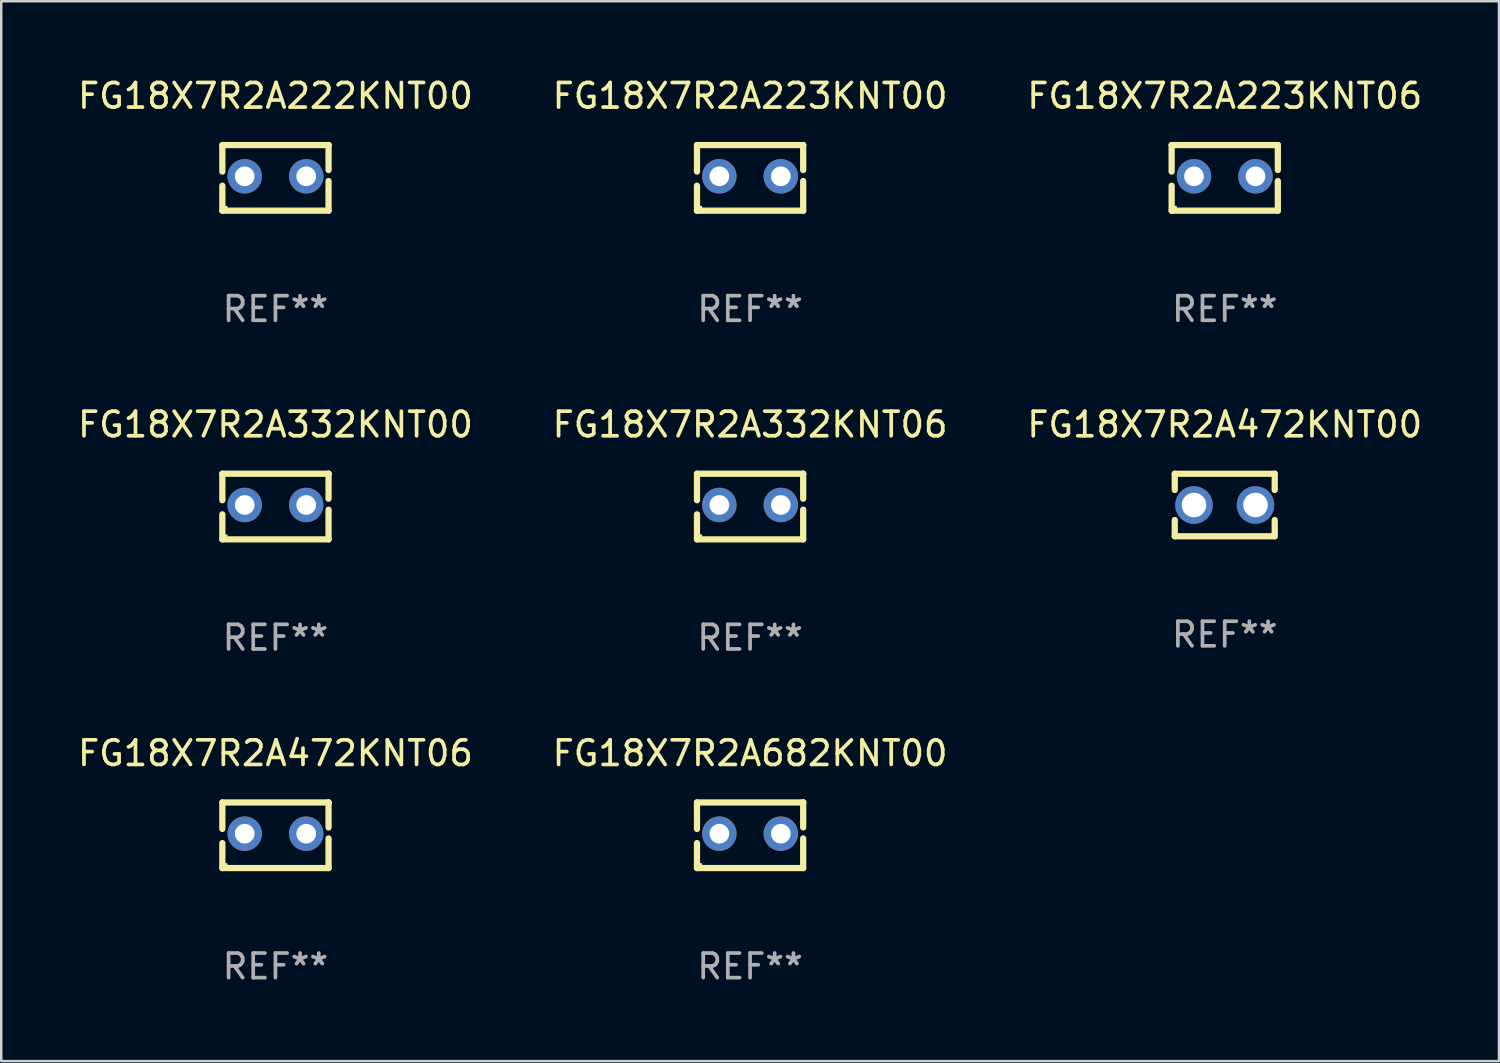
<source format=kicad_pcb>
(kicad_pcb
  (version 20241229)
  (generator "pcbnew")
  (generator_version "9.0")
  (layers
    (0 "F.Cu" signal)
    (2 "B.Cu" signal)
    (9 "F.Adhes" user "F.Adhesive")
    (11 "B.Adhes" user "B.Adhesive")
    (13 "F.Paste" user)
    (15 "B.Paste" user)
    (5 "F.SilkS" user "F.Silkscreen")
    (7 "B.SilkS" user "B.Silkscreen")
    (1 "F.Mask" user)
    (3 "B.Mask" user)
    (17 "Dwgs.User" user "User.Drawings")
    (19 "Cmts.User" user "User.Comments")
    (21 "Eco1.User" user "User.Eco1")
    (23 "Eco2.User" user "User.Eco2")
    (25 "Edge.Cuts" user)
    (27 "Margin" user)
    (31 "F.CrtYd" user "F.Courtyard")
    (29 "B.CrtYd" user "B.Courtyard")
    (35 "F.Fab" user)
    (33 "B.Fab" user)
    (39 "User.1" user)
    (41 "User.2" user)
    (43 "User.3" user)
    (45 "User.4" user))
  (footprint "FG18X7R2A223KNT00"
    (layer "F.Cu")
    (at 27.446 4.182)
    (property "Reference" "FG18X7R2A223KNT00" (at 0 -3.334 0) (layer "F.SilkS") (effects (font (size 1 1) (thickness 0.15))))
    (attr through_hole)
    (fp_line (start -2.159 -1.334) (end 2.159 -1.334) (stroke (width 0.254) (type solid)) (layer "F.SilkS"))
    (fp_line (start -2.159 -0.256) (end -2.159 -1.334) (stroke (width 0.254) (type solid)) (layer "F.SilkS"))
    (fp_line (start -2.159 1.334) (end -2.159 0.318) (stroke (width 0.254) (type solid)) (layer "F.SilkS"))
    (fp_line (start 2.159 -1.334) (end 2.159 -1.334) (stroke (width 0.254) (type solid)) (layer "F.SilkS"))
    (fp_line (start 2.159 -1.334) (end 2.159 -0.318) (stroke (width 0.254) (type solid)) (layer "F.SilkS"))
    (fp_line (start 2.159 0.129) (end 2.159 1.334) (stroke (width 0.254) (type solid)) (layer "F.SilkS"))
    (fp_line (start 2.159 1.334) (end -2.159 1.334) (stroke (width 0.254) (type solid)) (layer "F.SilkS"))
    (fp_circle (center -2 1.186) (end -1.97 1.186) (stroke (width 0.06) (type solid)) (fill no) (layer "F.SilkS"))
    (fp_text user "REF**" (at 0 5.334 0) (layer "F.Fab") (effects (font (size 1 1) (thickness 0.15))))
    (pad "1" thru_hole circle (at -1.25 -0.064) (size 1.4 1.4) (drill 0.8) (layers "*.Cu" "*.Mask"))
    (pad "2" thru_hole circle (at 1.25 -0.064) (size 1.4 1.4) (drill 0.8) (layers "*.Cu" "*.Mask")))
  (footprint "FG18X7R2A472KNT00"
    (layer "F.Cu")
    (at 46.744 17.482)
    (property "Reference" "FG18X7R2A472KNT00" (at 0 -3.27 0) (layer "F.SilkS") (effects (font (size 1 1) (thickness 0.15))))
    (attr through_hole)
    (fp_line (start -2.032 -1.27) (end -2.032 -0.611) (stroke (width 0.254) (type solid)) (layer "F.SilkS"))
    (fp_line (start -2.032 0.611) (end -2.032 1.27) (stroke (width 0.254) (type solid)) (layer "F.SilkS"))
    (fp_line (start -2.032 1.27) (end 2.032 1.27) (stroke (width 0.254) (type solid)) (layer "F.SilkS"))
    (fp_line (start 2.032 -1.27) (end -2.032 -1.27) (stroke (width 0.254) (type solid)) (layer "F.SilkS"))
    (fp_line (start 2.032 -0.611) (end 2.032 -1.27) (stroke (width 0.254) (type solid)) (layer "F.SilkS"))
    (fp_line (start 2.032 1.27) (end 2.032 0.611) (stroke (width 0.254) (type solid)) (layer "F.SilkS"))
    (fp_circle (center -2 1.25) (end -1.97 1.25) (stroke (width 0.06) (type solid)) (fill no) (layer "F.SilkS"))
    (fp_text user "REF**" (at 0 5.27 0) (layer "F.Fab") (effects (font (size 1 1) (thickness 0.15))))
    (pad "1" thru_hole circle (at -1.25 0) (size 1.524 1.524) (drill 1) (layers "*.Cu" "*.Mask"))
    (pad "2" thru_hole circle (at 1.25 0) (size 1.524 1.524) (drill 1) (layers "*.Cu" "*.Mask")))
  (footprint "FG18X7R2A332KNT06"
    (layer "F.Cu")
    (at 27.446 17.545)
    (property "Reference" "FG18X7R2A332KNT06" (at 0 -3.334 0) (layer "F.SilkS") (effects (font (size 1 1) (thickness 0.15))))
    (attr through_hole)
    (fp_line (start -2.159 -1.334) (end 2.159 -1.334) (stroke (width 0.254) (type solid)) (layer "F.SilkS"))
    (fp_line (start -2.159 -0.256) (end -2.159 -1.334) (stroke (width 0.254) (type solid)) (layer "F.SilkS"))
    (fp_line (start -2.159 1.334) (end -2.159 0.318) (stroke (width 0.254) (type solid)) (layer "F.SilkS"))
    (fp_line (start 2.159 -1.334) (end 2.159 -1.334) (stroke (width 0.254) (type solid)) (layer "F.SilkS"))
    (fp_line (start 2.159 -1.334) (end 2.159 -0.318) (stroke (width 0.254) (type solid)) (layer "F.SilkS"))
    (fp_line (start 2.159 0.129) (end 2.159 1.334) (stroke (width 0.254) (type solid)) (layer "F.SilkS"))
    (fp_line (start 2.159 1.334) (end -2.159 1.334) (stroke (width 0.254) (type solid)) (layer "F.SilkS"))
    (fp_circle (center -2 1.186) (end -1.97 1.186) (stroke (width 0.06) (type solid)) (fill no) (layer "F.SilkS"))
    (fp_text user "REF**" (at 0 5.334 0) (layer "F.Fab") (effects (font (size 1 1) (thickness 0.15))))
    (pad "1" thru_hole circle (at -1.25 -0.064) (size 1.4 1.4) (drill 0.8) (layers "*.Cu" "*.Mask"))
    (pad "2" thru_hole circle (at 1.25 -0.064) (size 1.4 1.4) (drill 0.8) (layers "*.Cu" "*.Mask")))
  (footprint "FG18X7R2A472KNT06"
    (layer "F.Cu")
    (at 8.149 30.909)
    (property "Reference" "FG18X7R2A472KNT06" (at 0 -3.334 0) (layer "F.SilkS") (effects (font (size 1 1) (thickness 0.15))))
    (attr through_hole)
    (fp_line (start -2.159 -1.334) (end 2.159 -1.334) (stroke (width 0.254) (type solid)) (layer "F.SilkS"))
    (fp_line (start -2.159 -0.256) (end -2.159 -1.334) (stroke (width 0.254) (type solid)) (layer "F.SilkS"))
    (fp_line (start -2.159 1.334) (end -2.159 0.318) (stroke (width 0.254) (type solid)) (layer "F.SilkS"))
    (fp_line (start 2.159 -1.334) (end 2.159 -1.334) (stroke (width 0.254) (type solid)) (layer "F.SilkS"))
    (fp_line (start 2.159 -1.334) (end 2.159 -0.318) (stroke (width 0.254) (type solid)) (layer "F.SilkS"))
    (fp_line (start 2.159 0.129) (end 2.159 1.334) (stroke (width 0.254) (type solid)) (layer "F.SilkS"))
    (fp_line (start 2.159 1.334) (end -2.159 1.334) (stroke (width 0.254) (type solid)) (layer "F.SilkS"))
    (fp_circle (center -2 1.186) (end -1.97 1.186) (stroke (width 0.06) (type solid)) (fill no) (layer "F.SilkS"))
    (fp_text user "REF**" (at 0 5.334 0) (layer "F.Fab") (effects (font (size 1 1) (thickness 0.15))))
    (pad "1" thru_hole circle (at -1.25 -0.064) (size 1.4 1.4) (drill 0.8) (layers "*.Cu" "*.Mask"))
    (pad "2" thru_hole circle (at 1.25 -0.064) (size 1.4 1.4) (drill 0.8) (layers "*.Cu" "*.Mask")))
  (footprint "FG18X7R2A332KNT00"
    (layer "F.Cu")
    (at 8.149 17.545)
    (property "Reference" "FG18X7R2A332KNT00" (at 0 -3.334 0) (layer "F.SilkS") (effects (font (size 1 1) (thickness 0.15))))
    (attr through_hole)
    (fp_line (start -2.159 -1.334) (end 2.159 -1.334) (stroke (width 0.254) (type solid)) (layer "F.SilkS"))
    (fp_line (start -2.159 -0.256) (end -2.159 -1.334) (stroke (width 0.254) (type solid)) (layer "F.SilkS"))
    (fp_line (start -2.159 1.334) (end -2.159 0.318) (stroke (width 0.254) (type solid)) (layer "F.SilkS"))
    (fp_line (start 2.159 -1.334) (end 2.159 -1.334) (stroke (width 0.254) (type solid)) (layer "F.SilkS"))
    (fp_line (start 2.159 -1.334) (end 2.159 -0.318) (stroke (width 0.254) (type solid)) (layer "F.SilkS"))
    (fp_line (start 2.159 0.129) (end 2.159 1.334) (stroke (width 0.254) (type solid)) (layer "F.SilkS"))
    (fp_line (start 2.159 1.334) (end -2.159 1.334) (stroke (width 0.254) (type solid)) (layer "F.SilkS"))
    (fp_circle (center -2 1.186) (end -1.97 1.186) (stroke (width 0.06) (type solid)) (fill no) (layer "F.SilkS"))
    (fp_text user "REF**" (at 0 5.334 0) (layer "F.Fab") (effects (font (size 1 1) (thickness 0.15))))
    (pad "1" thru_hole circle (at -1.25 -0.064) (size 1.4 1.4) (drill 0.8) (layers "*.Cu" "*.Mask"))
    (pad "2" thru_hole circle (at 1.25 -0.064) (size 1.4 1.4) (drill 0.8) (layers "*.Cu" "*.Mask")))
  (footprint "FG18X7R2A223KNT06"
    (layer "F.Cu")
    (at 46.744 4.182)
    (property "Reference" "FG18X7R2A223KNT06" (at 0 -3.334 0) (layer "F.SilkS") (effects (font (size 1 1) (thickness 0.15))))
    (attr through_hole)
    (fp_line (start -2.159 -1.334) (end 2.159 -1.334) (stroke (width 0.254) (type solid)) (layer "F.SilkS"))
    (fp_line (start -2.159 -0.256) (end -2.159 -1.334) (stroke (width 0.254) (type solid)) (layer "F.SilkS"))
    (fp_line (start -2.159 1.334) (end -2.159 0.318) (stroke (width 0.254) (type solid)) (layer "F.SilkS"))
    (fp_line (start 2.159 -1.334) (end 2.159 -1.334) (stroke (width 0.254) (type solid)) (layer "F.SilkS"))
    (fp_line (start 2.159 -1.334) (end 2.159 -0.318) (stroke (width 0.254) (type solid)) (layer "F.SilkS"))
    (fp_line (start 2.159 0.129) (end 2.159 1.334) (stroke (width 0.254) (type solid)) (layer "F.SilkS"))
    (fp_line (start 2.159 1.334) (end -2.159 1.334) (stroke (width 0.254) (type solid)) (layer "F.SilkS"))
    (fp_circle (center -2 1.186) (end -1.97 1.186) (stroke (width 0.06) (type solid)) (fill no) (layer "F.SilkS"))
    (fp_text user "REF**" (at 0 5.334 0) (layer "F.Fab") (effects (font (size 1 1) (thickness 0.15))))
    (pad "1" thru_hole circle (at -1.25 -0.064) (size 1.4 1.4) (drill 0.8) (layers "*.Cu" "*.Mask"))
    (pad "2" thru_hole circle (at 1.25 -0.064) (size 1.4 1.4) (drill 0.8) (layers "*.Cu" "*.Mask")))
  (footprint "FG18X7R2A222KNT00"
    (layer "F.Cu")
    (at 8.149 4.182)
    (property "Reference" "FG18X7R2A222KNT00" (at 0 -3.334 0) (layer "F.SilkS") (effects (font (size 1 1) (thickness 0.15))))
    (attr through_hole)
    (fp_line (start -2.159 -1.334) (end 2.159 -1.334) (stroke (width 0.254) (type solid)) (layer "F.SilkS"))
    (fp_line (start -2.159 -0.256) (end -2.159 -1.334) (stroke (width 0.254) (type solid)) (layer "F.SilkS"))
    (fp_line (start -2.159 1.334) (end -2.159 0.318) (stroke (width 0.254) (type solid)) (layer "F.SilkS"))
    (fp_line (start 2.159 -1.334) (end 2.159 -1.334) (stroke (width 0.254) (type solid)) (layer "F.SilkS"))
    (fp_line (start 2.159 -1.334) (end 2.159 -0.318) (stroke (width 0.254) (type solid)) (layer "F.SilkS"))
    (fp_line (start 2.159 0.129) (end 2.159 1.334) (stroke (width 0.254) (type solid)) (layer "F.SilkS"))
    (fp_line (start 2.159 1.334) (end -2.159 1.334) (stroke (width 0.254) (type solid)) (layer "F.SilkS"))
    (fp_circle (center -2 1.186) (end -1.97 1.186) (stroke (width 0.06) (type solid)) (fill no) (layer "F.SilkS"))
    (fp_text user "REF**" (at 0 5.334 0) (layer "F.Fab") (effects (font (size 1 1) (thickness 0.15))))
    (pad "1" thru_hole circle (at -1.25 -0.064) (size 1.4 1.4) (drill 0.8) (layers "*.Cu" "*.Mask"))
    (pad "2" thru_hole circle (at 1.25 -0.064) (size 1.4 1.4) (drill 0.8) (layers "*.Cu" "*.Mask")))
  (footprint "FG18X7R2A682KNT00"
    (layer "F.Cu")
    (at 27.446 30.909)
    (property "Reference" "FG18X7R2A682KNT00" (at 0 -3.334 0) (layer "F.SilkS") (effects (font (size 1 1) (thickness 0.15))))
    (attr through_hole)
    (fp_line (start -2.159 -1.334) (end 2.159 -1.334) (stroke (width 0.254) (type solid)) (layer "F.SilkS"))
    (fp_line (start -2.159 -0.256) (end -2.159 -1.334) (stroke (width 0.254) (type solid)) (layer "F.SilkS"))
    (fp_line (start -2.159 1.334) (end -2.159 0.318) (stroke (width 0.254) (type solid)) (layer "F.SilkS"))
    (fp_line (start 2.159 -1.334) (end 2.159 -1.334) (stroke (width 0.254) (type solid)) (layer "F.SilkS"))
    (fp_line (start 2.159 -1.334) (end 2.159 -0.318) (stroke (width 0.254) (type solid)) (layer "F.SilkS"))
    (fp_line (start 2.159 0.129) (end 2.159 1.334) (stroke (width 0.254) (type solid)) (layer "F.SilkS"))
    (fp_line (start 2.159 1.334) (end -2.159 1.334) (stroke (width 0.254) (type solid)) (layer "F.SilkS"))
    (fp_circle (center -2 1.186) (end -1.97 1.186) (stroke (width 0.06) (type solid)) (fill no) (layer "F.SilkS"))
    (fp_text user "REF**" (at 0 5.334 0) (layer "F.Fab") (effects (font (size 1 1) (thickness 0.15))))
    (pad "1" thru_hole circle (at -1.25 -0.064) (size 1.4 1.4) (drill 0.8) (layers "*.Cu" "*.Mask"))
    (pad "2" thru_hole circle (at 1.25 -0.064) (size 1.4 1.4) (drill 0.8) (layers "*.Cu" "*.Mask")))
  (gr_rect
    (start -3 -3)
    (end 57.893 40.091)
    (stroke (width 0.1) (type default))
    (fill no)
    (layer "Edge.Cuts")))
</source>
